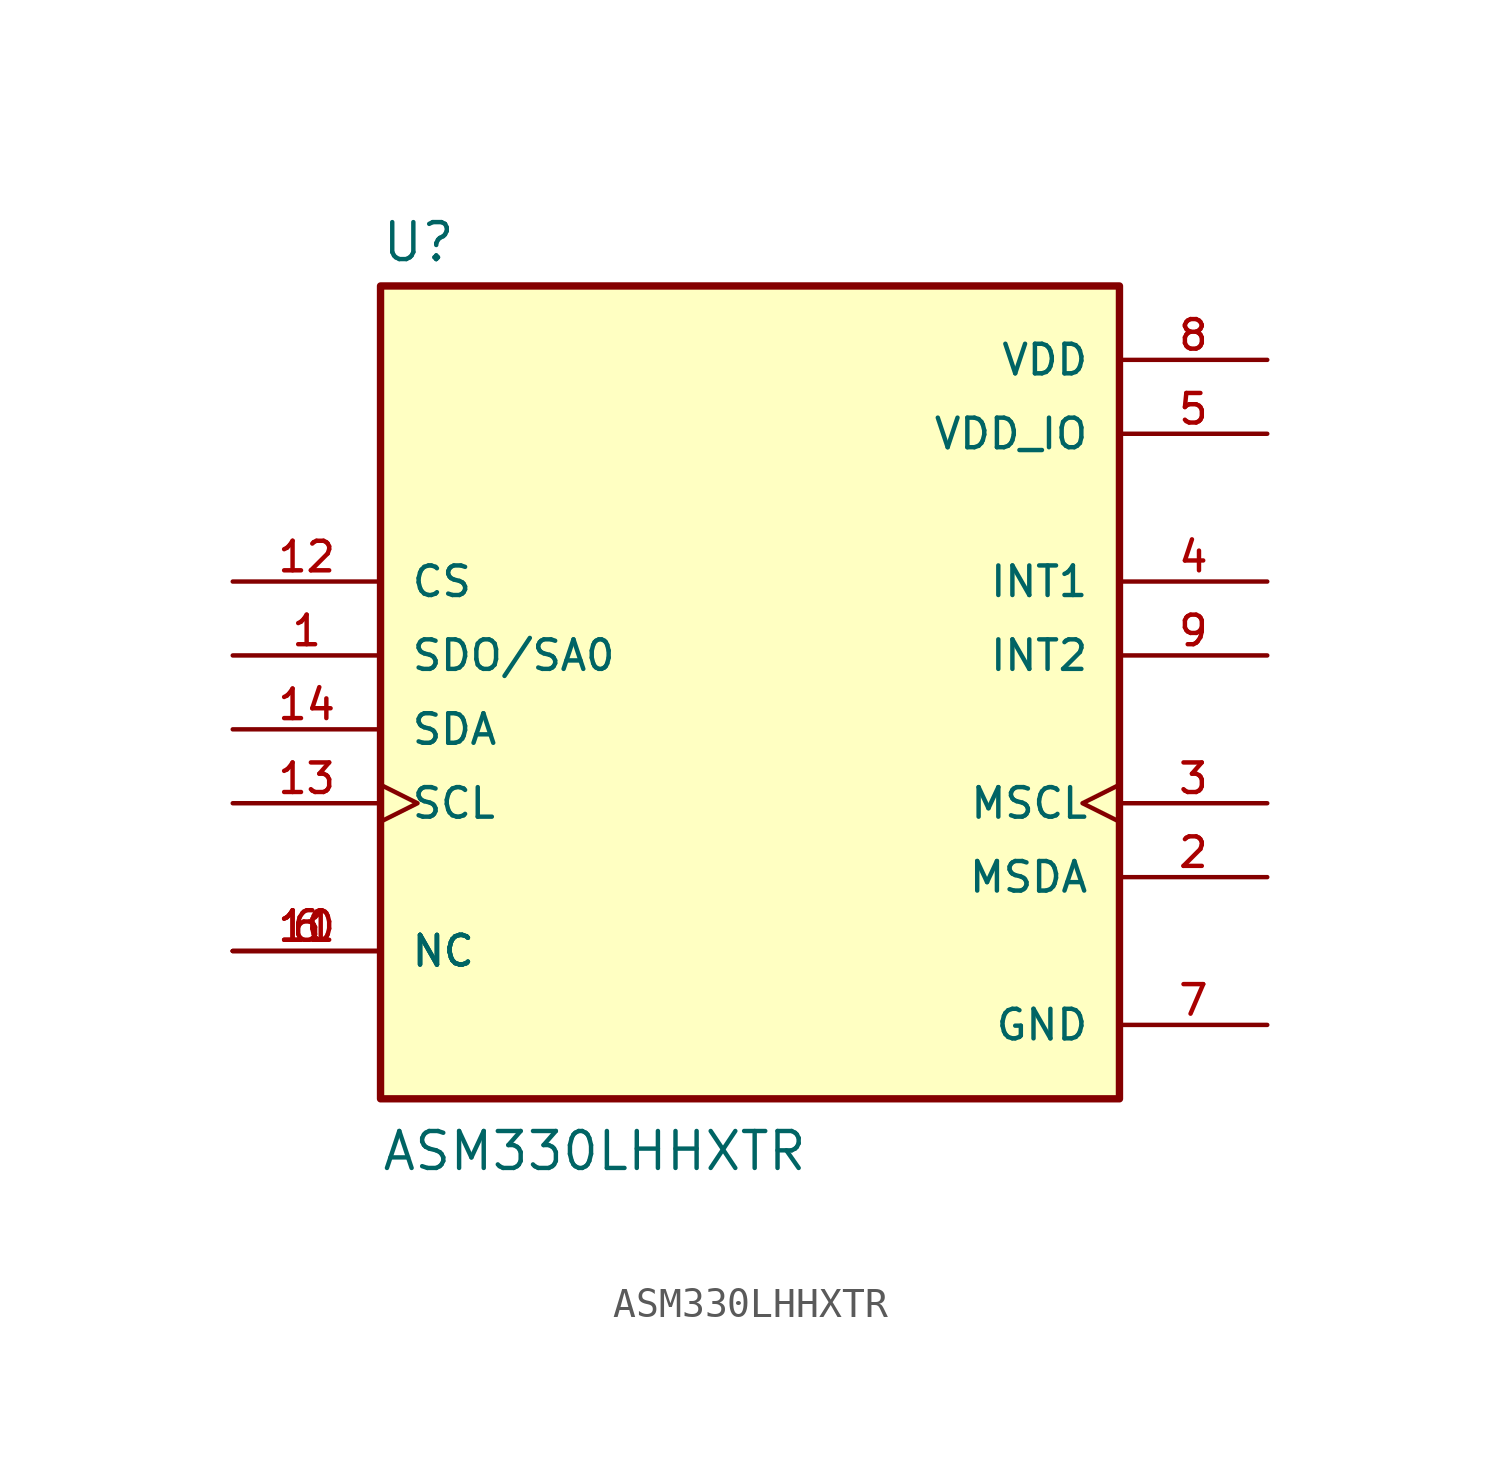
<source format=kicad_sym>
(kicad_symbol_lib
  (version 20211014)
  (generator kicad_symbol_editor)
  (symbol "ASM330LHHXTR"
    (pin_names
      (offset 1.016))
    (property "Reference" "U"
      (at -12.7 16.002 0)
      (effects (font (size 1.27 1.27)) (justify bottom left)))
    (property "Value" "ASM330LHHXTR"
      (at -12.7 -15.24 0)
      (effects (font (size 1.27 1.27)) (justify bottom left)))
    (symbol "ASM330LHHXTR_0_0"
      (rectangle (start -12.7 -12.7) (end 12.7 15.24) (stroke (width 0.254)) (fill (type background)))
      (pin bidirectional line (at -17.78 2.54 0) (length 5.08) (name "SDO/SA0" (effects (font (size 1.016 1.016)))) (number "1" (effects (font (size 1.016 1.016)))))
      (pin bidirectional line (at 17.78 -5.08 180.0) (length 5.08) (name "MSDA" (effects (font (size 1.016 1.016)))) (number "2" (effects (font (size 1.016 1.016)))))
      (pin input clock (at 17.78 -2.54 180.0) (length 5.08) (name "MSCL" (effects (font (size 1.016 1.016)))) (number "3" (effects (font (size 1.016 1.016)))))
      (pin output line (at 17.78 5.08 180.0) (length 5.08) (name "INT1" (effects (font (size 1.016 1.016)))) (number "4" (effects (font (size 1.016 1.016)))))
      (pin power_in line (at 17.78 10.16 180.0) (length 5.08) (name "VDD_IO" (effects (font (size 1.016 1.016)))) (number "5" (effects (font (size 1.016 1.016)))))
      (pin power_in line (at 17.78 -10.16 180.0) (length 5.08) (name "GND" (effects (font (size 1.016 1.016)))) (number "7" (effects (font (size 1.016 1.016)))))
      (pin passive line (at -17.78 -7.62 0) (length 5.08) (name "NC" (effects (font (size 1.016 1.016)))) (number "6" (effects (font (size 1.016 1.016)))))
      (pin passive line (at -17.78 -7.62 0) (length 5.08) (name "NC" (effects (font (size 1.016 1.016)))) (number "10" (effects (font (size 1.016 1.016)))))
      (pin passive line (at -17.78 -7.62 0) (length 5.08) (name "NC" (effects (font (size 1.016 1.016)))) (number "11" (effects (font (size 1.016 1.016)))))
      (pin power_in line (at 17.78 12.7 180.0) (length 5.08) (name "VDD" (effects (font (size 1.016 1.016)))) (number "8" (effects (font (size 1.016 1.016)))))
      (pin output line (at 17.78 2.54 180.0) (length 5.08) (name "INT2" (effects (font (size 1.016 1.016)))) (number "9" (effects (font (size 1.016 1.016)))))
      (pin bidirectional line (at -17.78 0.0 0) (length 5.08) (name "SDA" (effects (font (size 1.016 1.016)))) (number "14" (effects (font (size 1.016 1.016)))))
      (pin input clock (at -17.78 -2.54 0) (length 5.08) (name "SCL" (effects (font (size 1.016 1.016)))) (number "13" (effects (font (size 1.016 1.016)))))
      (pin input line (at -17.78 5.08 0) (length 5.08) (name "CS" (effects (font (size 1.016 1.016)))) (number "12" (effects (font (size 1.016 1.016))))))))
</source>
